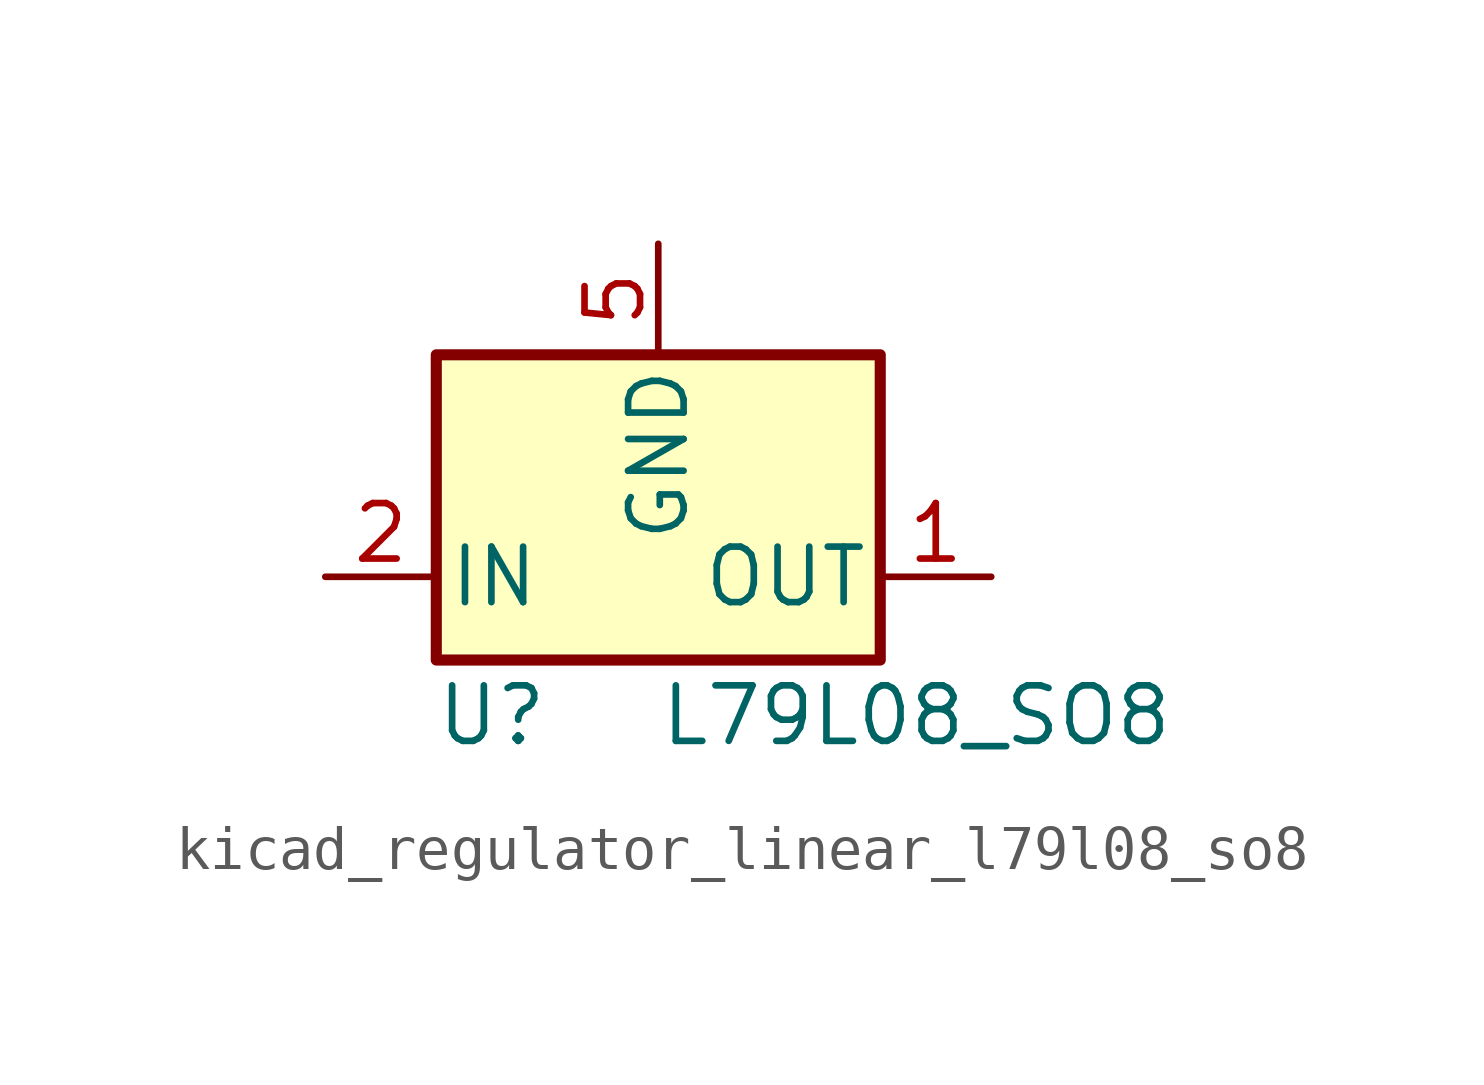
<source format=kicad_sym>
(kicad_symbol_lib
  (version 20220914)
  (generator kicad_symbol_editor)
  (symbol "kicad_regulator_linear_l79l08_so8"
    (pin_names
      (offset 0.254))
    (property "Reference" "U"
      (at -3.81 -3.175 0)
      (effects (font (size 1.27 1.27))))
    (property "Value" "L79L08_SO8"
      (at 0 -3.175 0)
      (effects (font (size 1.27 1.27)) (justify left)))
    (symbol "kicad_regulator_linear_l79l08_so8_0_1"
      (rectangle (start -5.08 5.08) (end 5.08 -1.905) (stroke (width 0.254) (type default)) (fill (type background))))
    (symbol "kicad_regulator_linear_l79l08_so8_1_1"
      (pin power_out line (at 7.62 0 180) (length 2.54) (name "OUT" (effects (font (size 1.27 1.27)))) (number "1" (effects (font (size 1.27 1.27)))))
      (pin power_in line (at -7.62 0 0) (length 2.54) (name "IN" (effects (font (size 1.27 1.27)))) (number "2" (effects (font (size 1.27 1.27)))))
      (pin passive line (at -7.62 0 0) (length 2.54) hide (name "IN" (effects (font (size 1.27 1.27)))) (number "3" (effects (font (size 1.27 1.27)))))
      (pin no_connect line (at 5.08 2.54 180) (length 2.54) hide (name "NC" (effects (font (size 1.27 1.27)))) (number "4" (effects (font (size 1.27 1.27)))))
      (pin power_in line (at 0 7.62 270) (length 2.54) (name "GND" (effects (font (size 1.27 1.27)))) (number "5" (effects (font (size 1.27 1.27)))))
      (pin passive line (at -7.62 0 0) (length 2.54) hide (name "IN" (effects (font (size 1.27 1.27)))) (number "6" (effects (font (size 1.27 1.27)))))
      (pin passive line (at -7.62 0 0) (length 2.54) hide (name "IN" (effects (font (size 1.27 1.27)))) (number "7" (effects (font (size 1.27 1.27)))))
      (pin no_connect line (at -5.08 2.54 0) (length 2.54) hide (name "NC" (effects (font (size 1.27 1.27)))) (number "8" (effects (font (size 1.27 1.27))))))))
</source>
